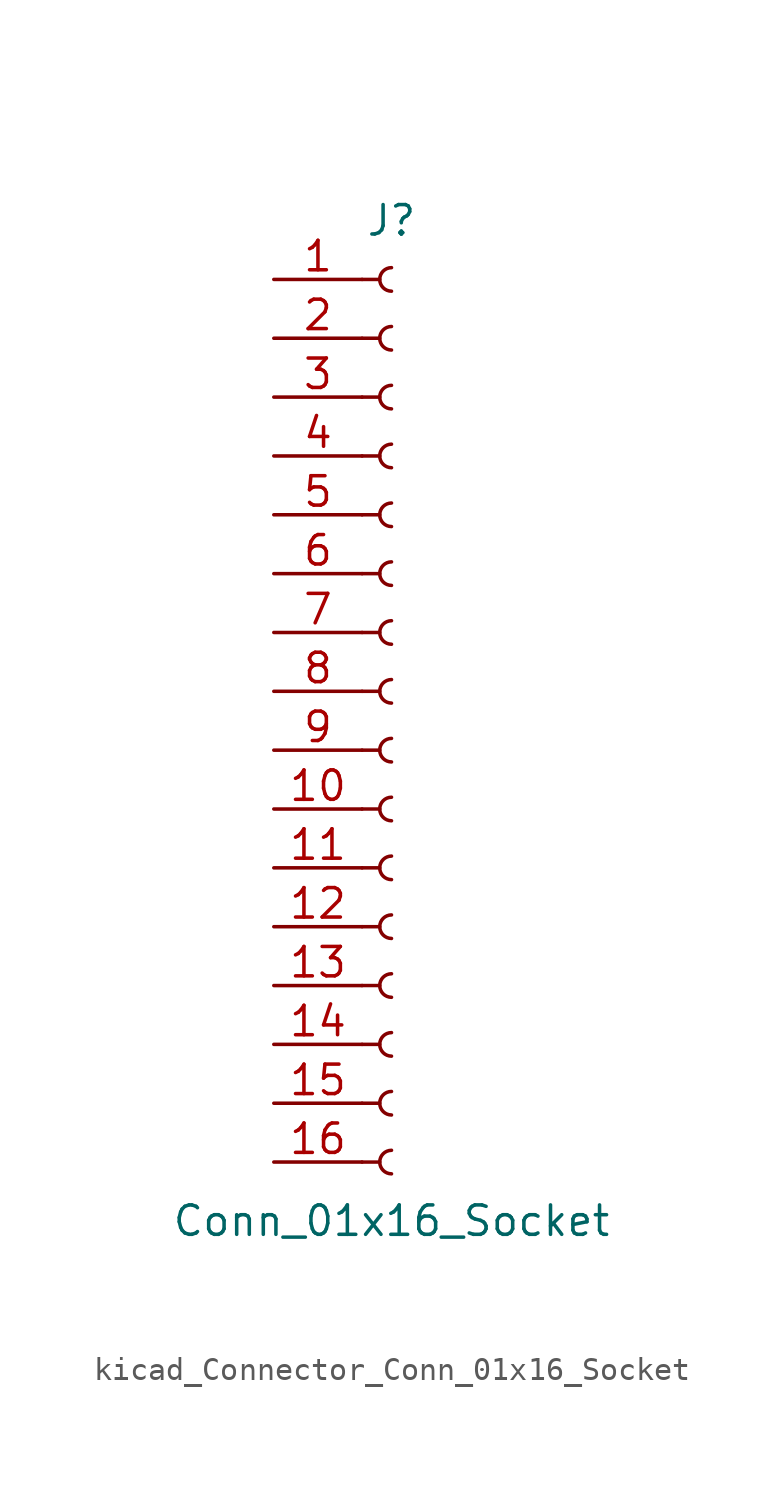
<source format=kicad_sym>
(kicad_symbol_lib
  (version 20220914)
  (generator kicad_symbol_editor)
  (symbol "kicad_Connector_Conn_01x16_Socket"
    (pin_names
      (offset 1.016) hide)
    (property "Reference" "J"
      (at 0 20.32 0)
      (effects (font (size 1.27 1.27))))
    (property "Value" "Conn_01x16_Socket"
      (at 0 -22.86 0)
      (effects (font (size 1.27 1.27))))
    (property "ki_locked" ""
      (at 0 0 0)
      (effects (font (size 1.27 1.27))))
    (symbol "kicad_Connector_Conn_01x16_Socket_1_1"
      (arc (start 0 -19.812) (mid -0.5058 -20.32) (end 0 -20.828) (stroke (width 0.1524) (type default)) (fill (type none)))
      (arc (start 0 -17.272) (mid -0.5058 -17.78) (end 0 -18.288) (stroke (width 0.1524) (type default)) (fill (type none)))
      (arc (start 0 -14.732) (mid -0.5058 -15.24) (end 0 -15.748) (stroke (width 0.1524) (type default)) (fill (type none)))
      (arc (start 0 -12.192) (mid -0.5058 -12.7) (end 0 -13.208) (stroke (width 0.1524) (type default)) (fill (type none)))
      (arc (start 0 -9.652) (mid -0.5058 -10.16) (end 0 -10.668) (stroke (width 0.1524) (type default)) (fill (type none)))
      (arc (start 0 -7.112) (mid -0.5058 -7.62) (end 0 -8.128) (stroke (width 0.1524) (type default)) (fill (type none)))
      (arc (start 0 -4.572) (mid -0.5058 -5.08) (end 0 -5.588) (stroke (width 0.1524) (type default)) (fill (type none)))
      (arc (start 0 -2.032) (mid -0.5058 -2.54) (end 0 -3.048) (stroke (width 0.1524) (type default)) (fill (type none)))
      (polyline (pts (xy -1.27 -20.32) (xy -0.508 -20.32)) (stroke (width 0.152) (type default)) (fill (type none)))
      (polyline (pts (xy -1.27 -17.78) (xy -0.508 -17.78)) (stroke (width 0.152) (type default)) (fill (type none)))
      (polyline (pts (xy -1.27 -15.24) (xy -0.508 -15.24)) (stroke (width 0.152) (type default)) (fill (type none)))
      (polyline (pts (xy -1.27 -12.7) (xy -0.508 -12.7)) (stroke (width 0.152) (type default)) (fill (type none)))
      (polyline (pts (xy -1.27 -10.16) (xy -0.508 -10.16)) (stroke (width 0.152) (type default)) (fill (type none)))
      (polyline (pts (xy -1.27 -7.62) (xy -0.508 -7.62)) (stroke (width 0.152) (type default)) (fill (type none)))
      (polyline (pts (xy -1.27 -5.08) (xy -0.508 -5.08)) (stroke (width 0.152) (type default)) (fill (type none)))
      (polyline (pts (xy -1.27 -2.54) (xy -0.508 -2.54)) (stroke (width 0.152) (type default)) (fill (type none)))
      (polyline (pts (xy -1.27 0) (xy -0.508 0)) (stroke (width 0.152) (type default)) (fill (type none)))
      (polyline (pts (xy -1.27 2.54) (xy -0.508 2.54)) (stroke (width 0.152) (type default)) (fill (type none)))
      (polyline (pts (xy -1.27 5.08) (xy -0.508 5.08)) (stroke (width 0.152) (type default)) (fill (type none)))
      (polyline (pts (xy -1.27 7.62) (xy -0.508 7.62)) (stroke (width 0.152) (type default)) (fill (type none)))
      (polyline (pts (xy -1.27 10.16) (xy -0.508 10.16)) (stroke (width 0.152) (type default)) (fill (type none)))
      (polyline (pts (xy -1.27 12.7) (xy -0.508 12.7)) (stroke (width 0.152) (type default)) (fill (type none)))
      (polyline (pts (xy -1.27 15.24) (xy -0.508 15.24)) (stroke (width 0.152) (type default)) (fill (type none)))
      (polyline (pts (xy -1.27 17.78) (xy -0.508 17.78)) (stroke (width 0.152) (type default)) (fill (type none)))
      (arc (start 0 0.508) (mid -0.5058 0) (end 0 -0.508) (stroke (width 0.1524) (type default)) (fill (type none)))
      (arc (start 0 3.048) (mid -0.5058 2.54) (end 0 2.032) (stroke (width 0.1524) (type default)) (fill (type none)))
      (arc (start 0 5.588) (mid -0.5058 5.08) (end 0 4.572) (stroke (width 0.1524) (type default)) (fill (type none)))
      (arc (start 0 8.128) (mid -0.5058 7.62) (end 0 7.112) (stroke (width 0.1524) (type default)) (fill (type none)))
      (arc (start 0 10.668) (mid -0.5058 10.16) (end 0 9.652) (stroke (width 0.1524) (type default)) (fill (type none)))
      (arc (start 0 13.208) (mid -0.5058 12.7) (end 0 12.192) (stroke (width 0.1524) (type default)) (fill (type none)))
      (arc (start 0 15.748) (mid -0.5058 15.24) (end 0 14.732) (stroke (width 0.1524) (type default)) (fill (type none)))
      (arc (start 0 18.288) (mid -0.5058 17.78) (end 0 17.272) (stroke (width 0.1524) (type default)) (fill (type none)))
      (pin passive line (at -5.08 17.78 0) (length 3.81) (name "Pin_1" (effects (font (size 1.27 1.27)))) (number "1" (effects (font (size 1.27 1.27)))))
      (pin passive line (at -5.08 -5.08 0) (length 3.81) (name "Pin_10" (effects (font (size 1.27 1.27)))) (number "10" (effects (font (size 1.27 1.27)))))
      (pin passive line (at -5.08 -7.62 0) (length 3.81) (name "Pin_11" (effects (font (size 1.27 1.27)))) (number "11" (effects (font (size 1.27 1.27)))))
      (pin passive line (at -5.08 -10.16 0) (length 3.81) (name "Pin_12" (effects (font (size 1.27 1.27)))) (number "12" (effects (font (size 1.27 1.27)))))
      (pin passive line (at -5.08 -12.7 0) (length 3.81) (name "Pin_13" (effects (font (size 1.27 1.27)))) (number "13" (effects (font (size 1.27 1.27)))))
      (pin passive line (at -5.08 -15.24 0) (length 3.81) (name "Pin_14" (effects (font (size 1.27 1.27)))) (number "14" (effects (font (size 1.27 1.27)))))
      (pin passive line (at -5.08 -17.78 0) (length 3.81) (name "Pin_15" (effects (font (size 1.27 1.27)))) (number "15" (effects (font (size 1.27 1.27)))))
      (pin passive line (at -5.08 -20.32 0) (length 3.81) (name "Pin_16" (effects (font (size 1.27 1.27)))) (number "16" (effects (font (size 1.27 1.27)))))
      (pin passive line (at -5.08 15.24 0) (length 3.81) (name "Pin_2" (effects (font (size 1.27 1.27)))) (number "2" (effects (font (size 1.27 1.27)))))
      (pin passive line (at -5.08 12.7 0) (length 3.81) (name "Pin_3" (effects (font (size 1.27 1.27)))) (number "3" (effects (font (size 1.27 1.27)))))
      (pin passive line (at -5.08 10.16 0) (length 3.81) (name "Pin_4" (effects (font (size 1.27 1.27)))) (number "4" (effects (font (size 1.27 1.27)))))
      (pin passive line (at -5.08 7.62 0) (length 3.81) (name "Pin_5" (effects (font (size 1.27 1.27)))) (number "5" (effects (font (size 1.27 1.27)))))
      (pin passive line (at -5.08 5.08 0) (length 3.81) (name "Pin_6" (effects (font (size 1.27 1.27)))) (number "6" (effects (font (size 1.27 1.27)))))
      (pin passive line (at -5.08 2.54 0) (length 3.81) (name "Pin_7" (effects (font (size 1.27 1.27)))) (number "7" (effects (font (size 1.27 1.27)))))
      (pin passive line (at -5.08 0 0) (length 3.81) (name "Pin_8" (effects (font (size 1.27 1.27)))) (number "8" (effects (font (size 1.27 1.27)))))
      (pin passive line (at -5.08 -2.54 0) (length 3.81) (name "Pin_9" (effects (font (size 1.27 1.27)))) (number "9" (effects (font (size 1.27 1.27))))))))
</source>
